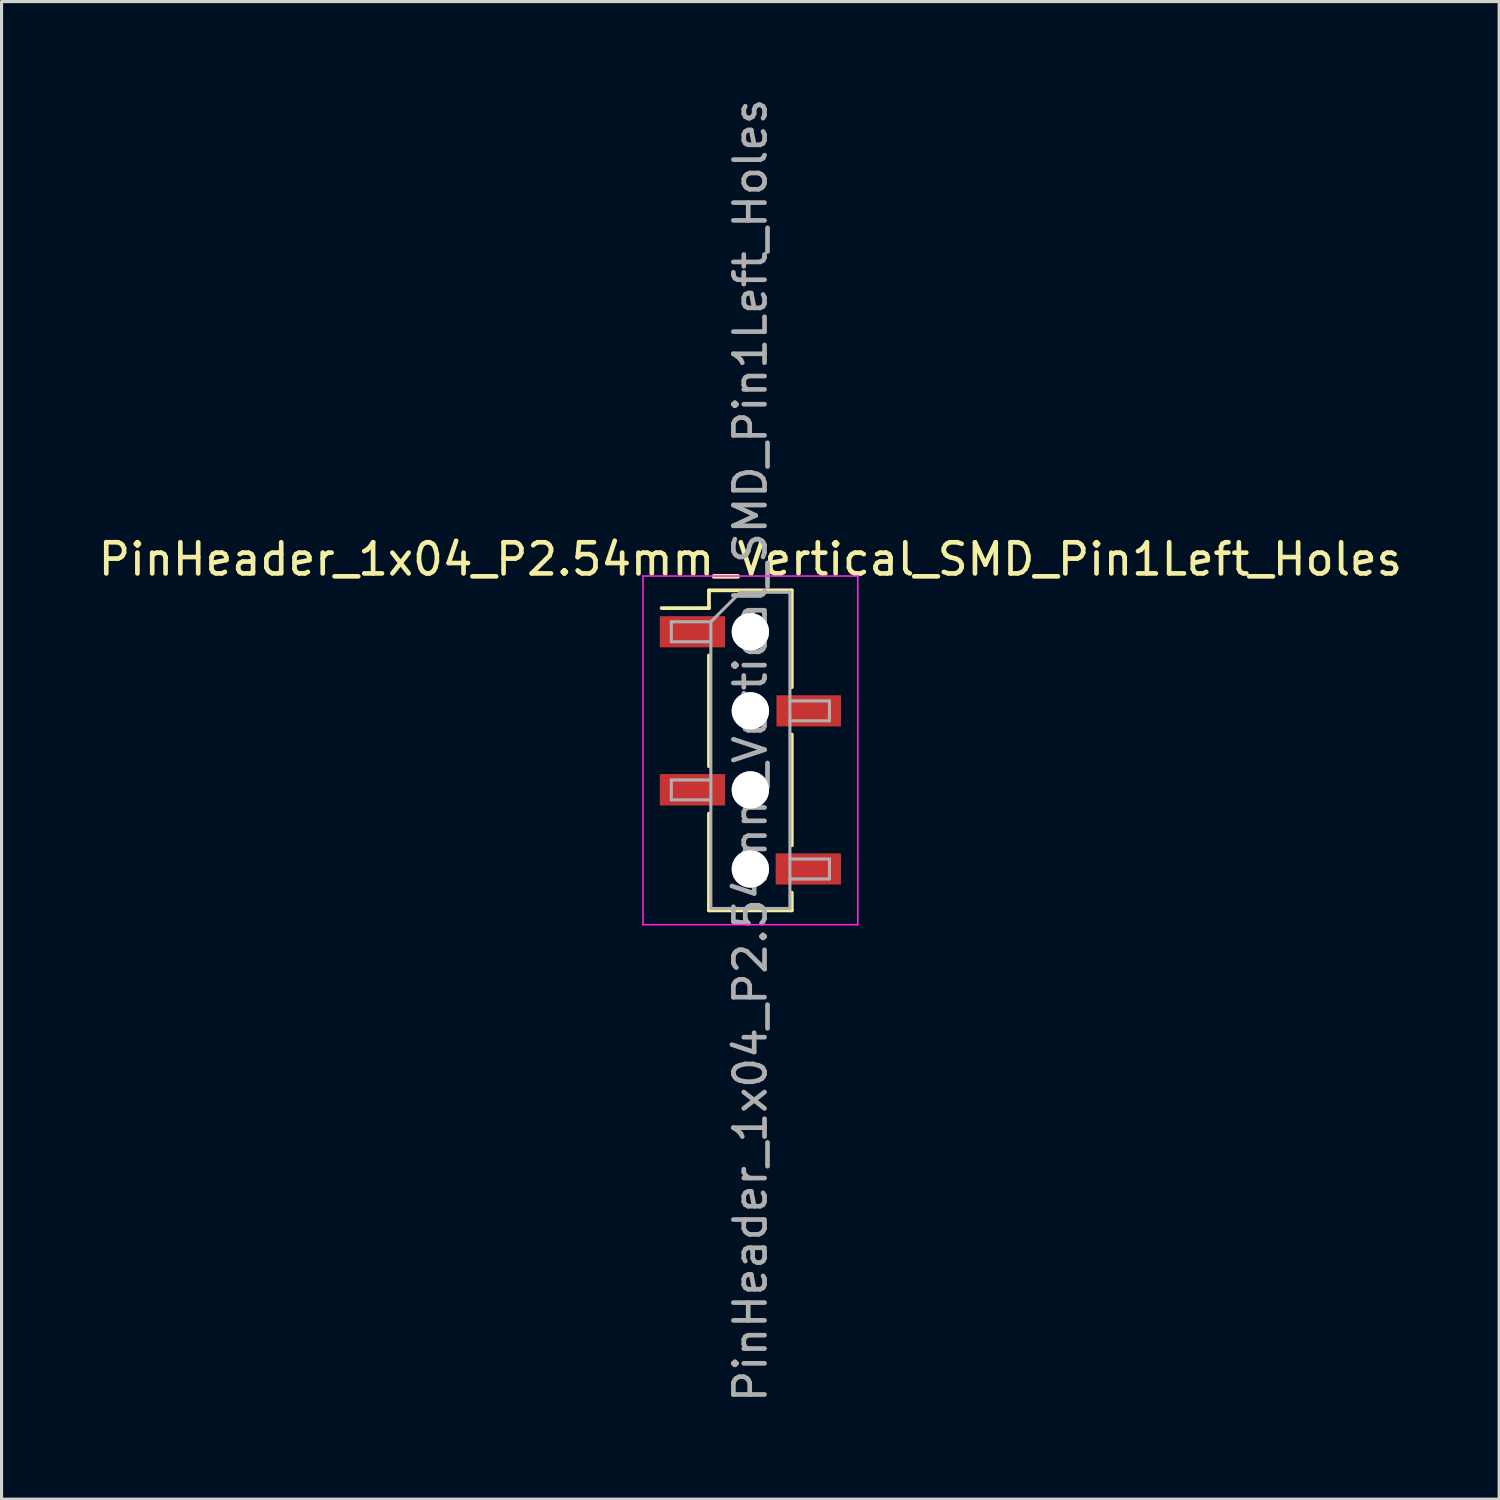
<source format=kicad_pcb>
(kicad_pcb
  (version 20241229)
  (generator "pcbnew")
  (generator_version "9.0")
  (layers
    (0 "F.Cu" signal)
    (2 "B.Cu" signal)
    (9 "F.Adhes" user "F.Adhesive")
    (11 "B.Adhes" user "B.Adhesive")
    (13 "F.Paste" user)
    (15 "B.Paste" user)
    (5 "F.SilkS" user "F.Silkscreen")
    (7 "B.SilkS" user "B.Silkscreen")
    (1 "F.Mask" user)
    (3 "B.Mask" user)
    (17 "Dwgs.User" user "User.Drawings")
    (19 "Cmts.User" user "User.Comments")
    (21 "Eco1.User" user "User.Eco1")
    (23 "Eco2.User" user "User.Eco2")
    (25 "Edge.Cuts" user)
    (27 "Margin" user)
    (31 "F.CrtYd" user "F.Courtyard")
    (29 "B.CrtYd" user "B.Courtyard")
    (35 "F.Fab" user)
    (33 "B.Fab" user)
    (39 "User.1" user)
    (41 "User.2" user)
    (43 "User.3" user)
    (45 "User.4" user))
  (footprint "PinHeader_1x04_P2.54mm_Vertical_SMD_Pin1Left_Holes"
    (layer "F.Cu")
    (at 21.054 21.054)
    (property "Reference" "PinHeader_1x04_P2.54mm_Vertical_SMD_Pin1Left_Holes" (at 0 -6.14 0) (layer "F.SilkS") (effects (font (size 1 1) (thickness 0.15))))
    (attr smd)
    (fp_line (start -1.33 -5.14) (end -1.33 -4.57) (stroke (width 0.12) (type solid)) (layer "F.SilkS"))
    (fp_line (start -1.33 -5.14) (end 1.33 -5.14) (stroke (width 0.12) (type solid)) (layer "F.SilkS"))
    (fp_line (start -1.33 -4.57) (end -2.85 -4.57) (stroke (width 0.12) (type solid)) (layer "F.SilkS"))
    (fp_line (start -1.33 -3.05) (end -1.33 0.51) (stroke (width 0.12) (type solid)) (layer "F.SilkS"))
    (fp_line (start -1.33 2.03) (end -1.33 5.14) (stroke (width 0.12) (type solid)) (layer "F.SilkS"))
    (fp_line (start -1.33 5.14) (end 1.33 5.14) (stroke (width 0.12) (type solid)) (layer "F.SilkS"))
    (fp_line (start 1.33 -5.14) (end 1.33 -2.03) (stroke (width 0.12) (type solid)) (layer "F.SilkS"))
    (fp_line (start 1.33 -0.51) (end 1.33 3.05) (stroke (width 0.12) (type solid)) (layer "F.SilkS"))
    (fp_line (start 1.33 4.57) (end 1.33 5.14) (stroke (width 0.12) (type solid)) (layer "F.SilkS"))
    (fp_line (start -3.45 -5.6) (end -3.45 5.6) (stroke (width 0.05) (type solid)) (layer "F.CrtYd"))
    (fp_line (start -3.45 5.6) (end 3.45 5.6) (stroke (width 0.05) (type solid)) (layer "F.CrtYd"))
    (fp_line (start 3.45 -5.6) (end -3.45 -5.6) (stroke (width 0.05) (type solid)) (layer "F.CrtYd"))
    (fp_line (start 3.45 5.6) (end 3.45 -5.6) (stroke (width 0.05) (type solid)) (layer "F.CrtYd"))
    (fp_line (start -2.54 -4.13) (end -2.54 -3.49) (stroke (width 0.1) (type solid)) (layer "F.Fab"))
    (fp_line (start -2.54 -3.49) (end -1.27 -3.49) (stroke (width 0.1) (type solid)) (layer "F.Fab"))
    (fp_line (start -2.54 0.95) (end -2.54 1.59) (stroke (width 0.1) (type solid)) (layer "F.Fab"))
    (fp_line (start -2.54 1.59) (end -1.27 1.59) (stroke (width 0.1) (type solid)) (layer "F.Fab"))
    (fp_line (start -1.27 -4.13) (end -2.54 -4.13) (stroke (width 0.1) (type solid)) (layer "F.Fab"))
    (fp_line (start -1.27 -4.13) (end -0.32 -5.08) (stroke (width 0.1) (type solid)) (layer "F.Fab"))
    (fp_line (start -1.27 0.95) (end -2.54 0.95) (stroke (width 0.1) (type solid)) (layer "F.Fab"))
    (fp_line (start -1.27 5.08) (end -1.27 -4.13) (stroke (width 0.1) (type solid)) (layer "F.Fab"))
    (fp_line (start -0.32 -5.08) (end 1.27 -5.08) (stroke (width 0.1) (type solid)) (layer "F.Fab"))
    (fp_line (start 1.27 -5.08) (end 1.27 5.08) (stroke (width 0.1) (type solid)) (layer "F.Fab"))
    (fp_line (start 1.27 -1.59) (end 2.54 -1.59) (stroke (width 0.1) (type solid)) (layer "F.Fab"))
    (fp_line (start 1.27 3.49) (end 2.54 3.49) (stroke (width 0.1) (type solid)) (layer "F.Fab"))
    (fp_line (start 1.27 5.08) (end -1.27 5.08) (stroke (width 0.1) (type solid)) (layer "F.Fab"))
    (fp_line (start 2.54 -1.59) (end 2.54 -0.95) (stroke (width 0.1) (type solid)) (layer "F.Fab"))
    (fp_line (start 2.54 -0.95) (end 1.27 -0.95) (stroke (width 0.1) (type solid)) (layer "F.Fab"))
    (fp_line (start 2.54 3.49) (end 2.54 4.13) (stroke (width 0.1) (type solid)) (layer "F.Fab"))
    (fp_line (start 2.54 4.13) (end 1.27 4.13) (stroke (width 0.1) (type solid)) (layer "F.Fab"))
    (fp_text user "${REFERENCE}" (at 0 0 90) (layer "F.Fab") (effects (font (size 1 1) (thickness 0.15))))
    (pad "" thru_hole circle (at 0 -3.81) (size 1.2 1.2) (drill 1.2) (layers "*.Cu" "*.Mask"))
    (pad "" thru_hole circle (at 0 -1.27) (size 1.2 1.2) (drill 1.2) (layers "*.Cu" "*.Mask"))
    (pad "" thru_hole circle (at 0 1.27) (size 1.2 1.2) (drill 1.2) (layers "*.Cu" "*.Mask"))
    (pad "" thru_hole circle (at 0 3.81) (size 1.2 1.2) (drill 1.2) (layers "*.Cu" "*.Mask"))
    (pad "1" smd rect (at -1.861 -3.81) (size 2.097 1) (layers "F.Cu" "F.Mask" "F.Paste"))
    (pad "2" smd rect (at 1.874 -1.27) (size 2.072 1) (layers "F.Cu" "F.Mask" "F.Paste"))
    (pad "3" smd rect (at -1.861 1.266) (size 2.097 1.008) (layers "F.Cu" "F.Mask" "F.Paste"))
    (pad "4" smd rect (at 1.861 3.81) (size 2.097 1) (layers "F.Cu" "F.Mask" "F.Paste")))
  (gr_rect
    (start -3 -3)
    (end 45.107 45.107)
    (stroke (width 0.1) (type default))
    (fill no)
    (layer "Edge.Cuts")))
</source>
